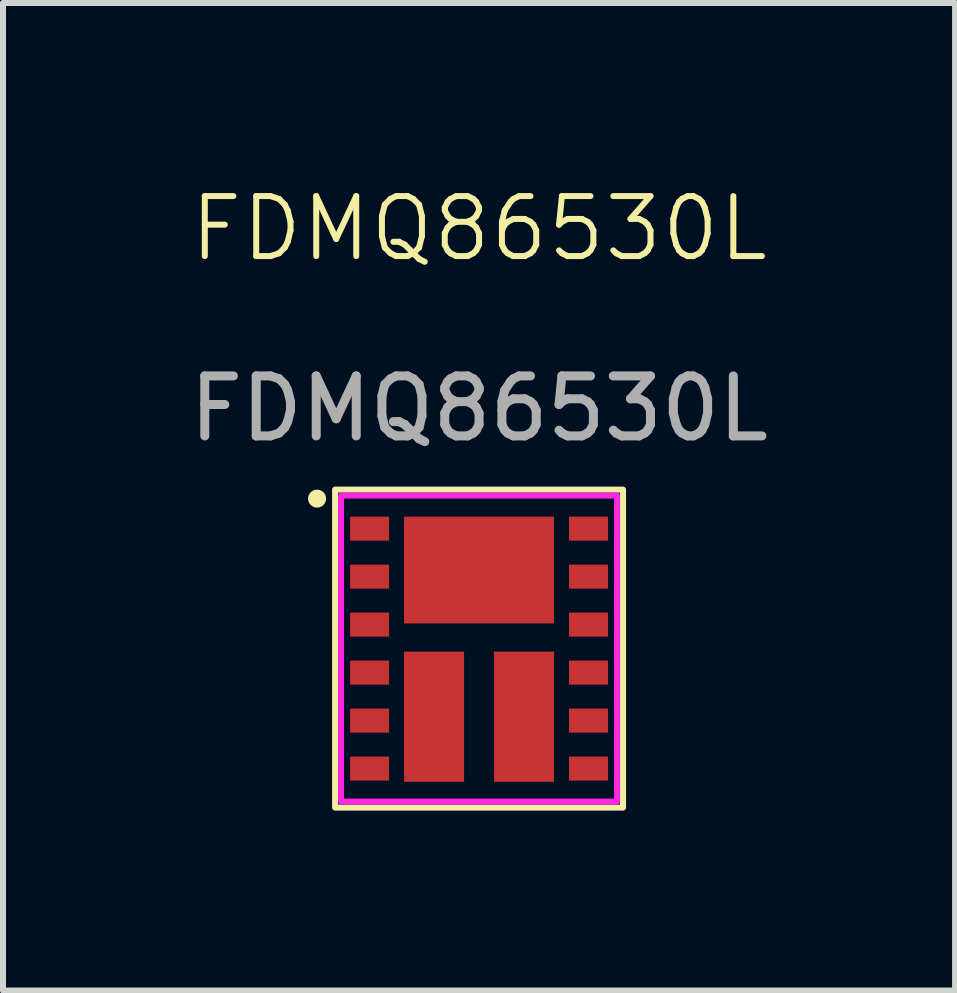
<source format=kicad_pcb>
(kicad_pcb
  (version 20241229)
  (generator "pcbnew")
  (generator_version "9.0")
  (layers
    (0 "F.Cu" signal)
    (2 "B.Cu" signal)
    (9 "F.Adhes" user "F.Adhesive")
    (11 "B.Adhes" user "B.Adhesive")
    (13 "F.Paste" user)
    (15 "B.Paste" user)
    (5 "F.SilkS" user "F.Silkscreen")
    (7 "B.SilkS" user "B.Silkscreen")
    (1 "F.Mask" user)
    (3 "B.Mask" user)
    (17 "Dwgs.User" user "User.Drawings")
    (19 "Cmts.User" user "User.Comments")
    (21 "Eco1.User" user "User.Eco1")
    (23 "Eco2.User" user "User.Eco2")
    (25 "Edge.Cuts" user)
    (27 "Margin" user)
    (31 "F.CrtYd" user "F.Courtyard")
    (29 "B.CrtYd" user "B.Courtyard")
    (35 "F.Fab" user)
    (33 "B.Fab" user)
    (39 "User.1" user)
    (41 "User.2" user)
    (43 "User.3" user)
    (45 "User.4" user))
  (footprint "FDMQ86530L"
    (layer "F.Cu")
    (at 4.935 7.761)
    (property "Reference" "FDMQ86530L" (at 0 -7 0) (unlocked yes) (layer "F.SilkS") (effects (font (size 1 1) (thickness 0.1))))
    (attr smd)
    (fp_rect (start -2.4 -2.65) (end 2.4 2.65) (stroke (width 0.1) (type default)) (fill no) (layer "F.SilkS"))
    (fp_circle (center -2.7 -2.5) (end -2.6 -2.5) (stroke (width 0.1) (type solid)) (fill yes) (layer "F.SilkS"))
    (fp_rect (start -2.3 -2.55) (end 2.3 2.55) (stroke (width 0.1) (type default)) (fill no) (layer "F.CrtYd"))
    (fp_text user "${REFERENCE}" (at 0 -4 0) (unlocked yes) (layer "F.Fab") (effects (font (size 1 1) (thickness 0.15))))
    (pad "1" smd rect (at -1.825 -2 180) (size 0.65 0.4) (layers "F.Cu" "F.Mask" "F.Paste"))
    (pad "2" smd rect (at -1.825 -1.2 180) (size 0.65 0.4) (layers "F.Cu" "F.Mask" "F.Paste"))
    (pad "2" smd rect (at 0 -1.31 180) (size 2.5 1.78) (layers "F.Cu" "F.Mask" "F.Paste"))
    (pad "3" smd rect (at -1.825 -0.4 180) (size 0.65 0.4) (layers "F.Cu" "F.Mask" "F.Paste"))
    (pad "3" smd rect (at -0.75 1.135 180) (size 1 2.17) (layers "F.Cu" "F.Mask" "F.Paste"))
    (pad "4" smd rect (at -1.825 0.4 180) (size 0.65 0.4) (layers "F.Cu" "F.Mask" "F.Paste"))
    (pad "5" smd rect (at -1.825 1.2 180) (size 0.65 0.4) (layers "F.Cu" "F.Mask" "F.Paste"))
    (pad "6" smd rect (at -1.825 2 180) (size 0.65 0.4) (layers "F.Cu" "F.Mask" "F.Paste"))
    (pad "7" smd rect (at 1.825 2 180) (size 0.65 0.4) (layers "F.Cu" "F.Mask" "F.Paste"))
    (pad "8" smd rect (at 1.825 1.2 180) (size 0.65 0.4) (layers "F.Cu" "F.Mask" "F.Paste"))
    (pad "9" smd rect (at 1.825 0.4 180) (size 0.65 0.4) (layers "F.Cu" "F.Mask" "F.Paste"))
    (pad "10" smd rect (at 0.75 1.135 180) (size 1 2.17) (layers "F.Cu" "F.Mask" "F.Paste"))
    (pad "10" smd rect (at 1.825 -0.4 180) (size 0.65 0.4) (layers "F.Cu" "F.Mask" "F.Paste"))
    (pad "11" smd rect (at 1.825 -1.2 180) (size 0.65 0.4) (layers "F.Cu" "F.Mask" "F.Paste"))
    (pad "12" smd rect (at 1.825 -2 180) (size 0.65 0.4) (layers "F.Cu" "F.Mask" "F.Paste")))
  (gr_rect
    (start -3 -3)
    (end 12.869 13.46)
    (stroke (width 0.1) (type default))
    (fill no)
    (layer "Edge.Cuts")))
</source>
